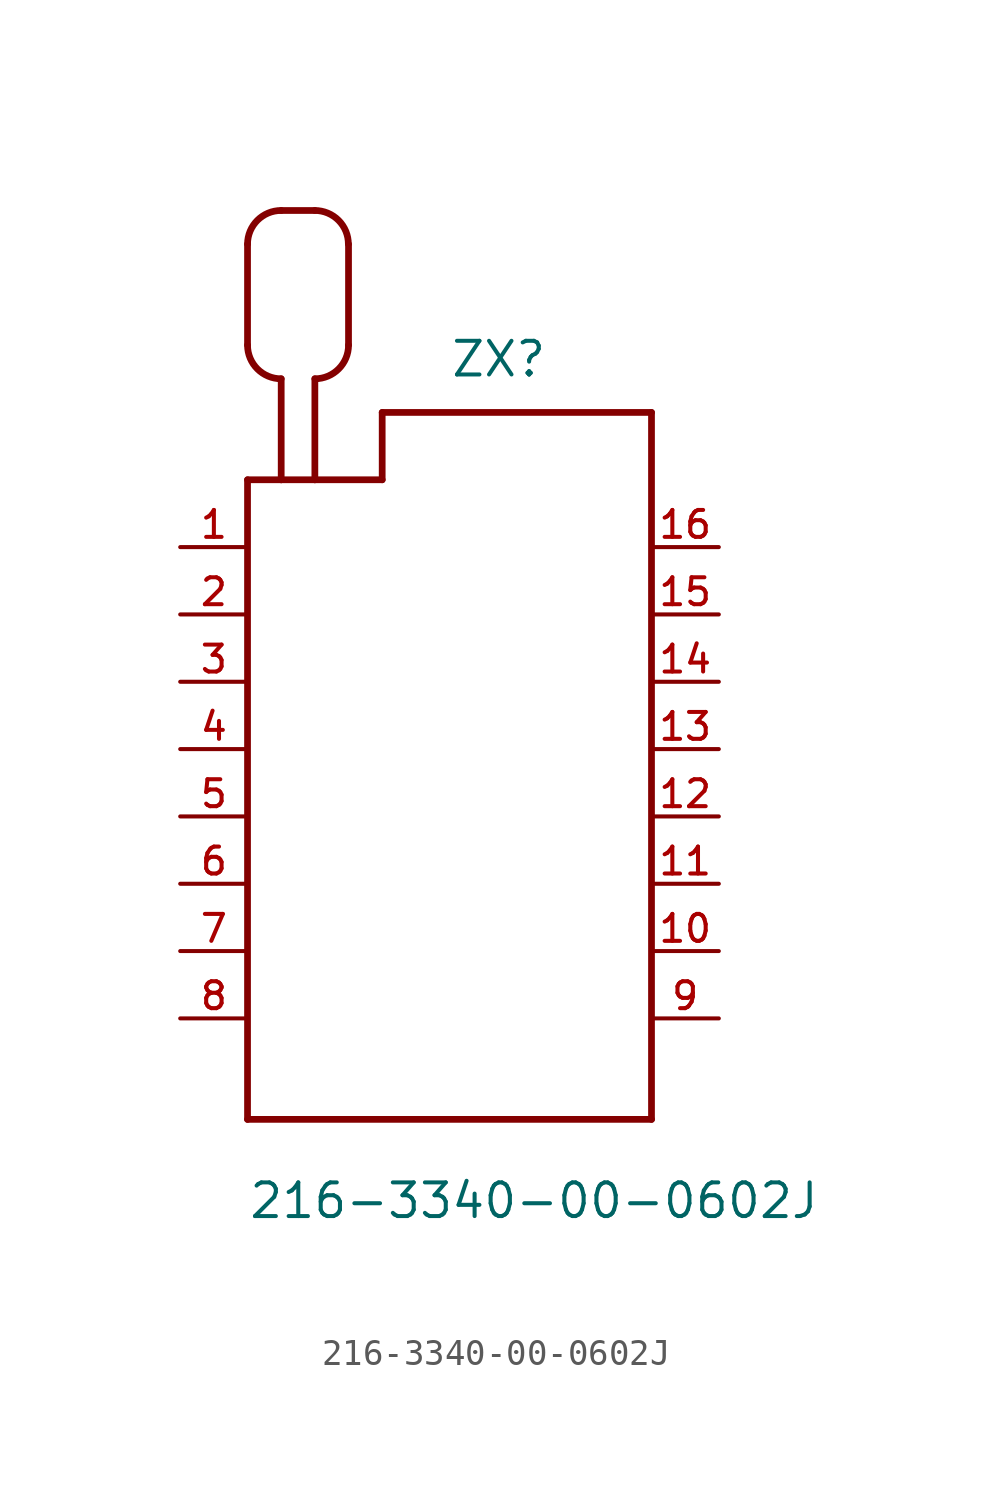
<source format=kicad_sym>
(kicad_symbol_lib
  (version 20211014)
  (generator kicad_symbol_editor)
  (symbol "216-3340-00-0602J"
    (pin_names
      (offset 1.016))
    (property "Reference" "ZX"
      (at 0.0 13.97 0)
      (effects (font (size 1.27 1.27)) (justify bottom left)))
    (property "Value" "216-3340-00-0602J"
      (at -7.62 -17.78 0)
      (effects (font (size 1.27 1.27)) (justify bottom left)))
    (symbol "216-3340-00-0602J_0_0"
      (polyline (pts (xy -7.62 10.16) (xy -7.62 -13.97)) (stroke (width 0.254)))
      (polyline (pts (xy -7.62 -13.97) (xy 7.62 -13.97)) (stroke (width 0.254)))
      (polyline (pts (xy 7.62 -13.97) (xy 7.62 12.7)) (stroke (width 0.254)))
      (polyline (pts (xy 7.62 12.7) (xy -2.54 12.7)) (stroke (width 0.254)))
      (polyline (pts (xy -2.54 12.7) (xy -2.54 10.16)) (stroke (width 0.254)))
      (polyline (pts (xy -2.54 10.16) (xy -5.08 10.16)) (stroke (width 0.254)))
      (polyline (pts (xy -5.08 10.16) (xy -6.35 10.16)) (stroke (width 0.254)))
      (polyline (pts (xy -6.35 10.16) (xy -7.62 10.16)) (stroke (width 0.254)))
      (polyline (pts (xy -6.35 10.16) (xy -6.35 13.97)) (stroke (width 0.254)))
      (arc (start -7.62 15.24) (mid -7.248 14.342) (end -6.35 13.97) (stroke (width 0.254) (type default) (color 0 0 0 0)) (fill (type none)))
      (polyline (pts (xy -7.62 15.24) (xy -7.62 19.05)) (stroke (width 0.254)))
      (arc (start -6.35 20.32) (mid -7.248 19.948) (end -7.62 19.05) (stroke (width 0.254) (type default) (color 0 0 0 0)) (fill (type none)))
      (polyline (pts (xy -6.35 20.32) (xy -5.08 20.32)) (stroke (width 0.254)))
      (arc (start -3.81 19.05) (mid -4.182 19.948) (end -5.08 20.32) (stroke (width 0.254) (type default) (color 0 0 0 0)) (fill (type none)))
      (polyline (pts (xy -3.81 19.05) (xy -3.81 15.24)) (stroke (width 0.254)))
      (arc (start -5.08 13.97) (mid -4.182 14.342) (end -3.81 15.24) (stroke (width 0.254) (type default) (color 0 0 0 0)) (fill (type none)))
      (polyline (pts (xy -5.08 13.97) (xy -5.08 10.16)) (stroke (width 0.254)))
      (pin passive line (at -10.16 7.62 0) (length 2.54) (name "~" (effects (font (size 1.016 1.016)))) (number "1" (effects (font (size 1.016 1.016)))))
      (pin passive line (at -10.16 5.08 0) (length 2.54) (name "~" (effects (font (size 1.016 1.016)))) (number "2" (effects (font (size 1.016 1.016)))))
      (pin passive line (at -10.16 2.54 0) (length 2.54) (name "~" (effects (font (size 1.016 1.016)))) (number "3" (effects (font (size 1.016 1.016)))))
      (pin passive line (at -10.16 0.0 0) (length 2.54) (name "~" (effects (font (size 1.016 1.016)))) (number "4" (effects (font (size 1.016 1.016)))))
      (pin passive line (at -10.16 -2.54 0) (length 2.54) (name "~" (effects (font (size 1.016 1.016)))) (number "5" (effects (font (size 1.016 1.016)))))
      (pin passive line (at -10.16 -5.08 0) (length 2.54) (name "~" (effects (font (size 1.016 1.016)))) (number "6" (effects (font (size 1.016 1.016)))))
      (pin passive line (at -10.16 -7.62 0) (length 2.54) (name "~" (effects (font (size 1.016 1.016)))) (number "7" (effects (font (size 1.016 1.016)))))
      (pin passive line (at -10.16 -10.16 0) (length 2.54) (name "~" (effects (font (size 1.016 1.016)))) (number "8" (effects (font (size 1.016 1.016)))))
      (pin passive line (at 10.16 -10.16 180.0) (length 2.54) (name "~" (effects (font (size 1.016 1.016)))) (number "9" (effects (font (size 1.016 1.016)))))
      (pin passive line (at 10.16 -7.62 180.0) (length 2.54) (name "~" (effects (font (size 1.016 1.016)))) (number "10" (effects (font (size 1.016 1.016)))))
      (pin passive line (at 10.16 -5.08 180.0) (length 2.54) (name "~" (effects (font (size 1.016 1.016)))) (number "11" (effects (font (size 1.016 1.016)))))
      (pin passive line (at 10.16 -2.54 180.0) (length 2.54) (name "~" (effects (font (size 1.016 1.016)))) (number "12" (effects (font (size 1.016 1.016)))))
      (pin passive line (at 10.16 0.0 180.0) (length 2.54) (name "~" (effects (font (size 1.016 1.016)))) (number "13" (effects (font (size 1.016 1.016)))))
      (pin passive line (at 10.16 2.54 180.0) (length 2.54) (name "~" (effects (font (size 1.016 1.016)))) (number "14" (effects (font (size 1.016 1.016)))))
      (pin passive line (at 10.16 5.08 180.0) (length 2.54) (name "~" (effects (font (size 1.016 1.016)))) (number "15" (effects (font (size 1.016 1.016)))))
      (pin passive line (at 10.16 7.62 180.0) (length 2.54) (name "~" (effects (font (size 1.016 1.016)))) (number "16" (effects (font (size 1.016 1.016))))))))
</source>
